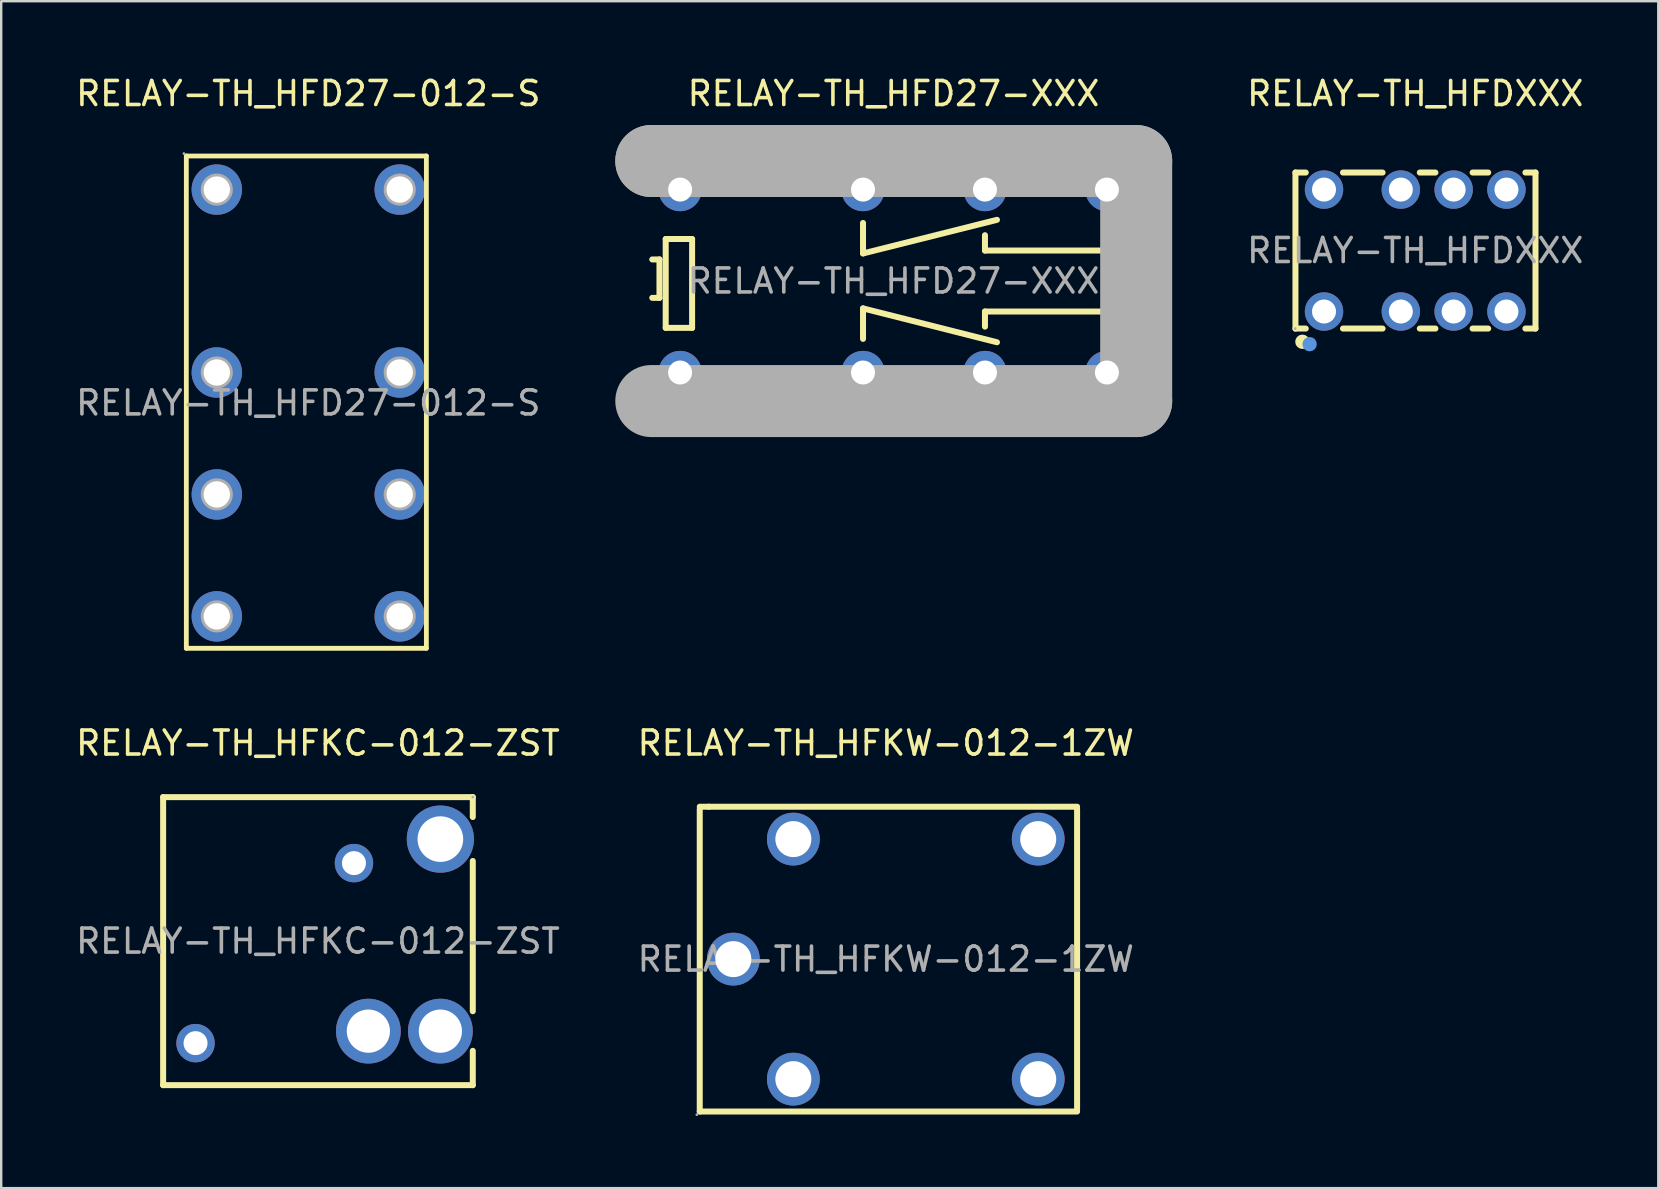
<source format=kicad_pcb>
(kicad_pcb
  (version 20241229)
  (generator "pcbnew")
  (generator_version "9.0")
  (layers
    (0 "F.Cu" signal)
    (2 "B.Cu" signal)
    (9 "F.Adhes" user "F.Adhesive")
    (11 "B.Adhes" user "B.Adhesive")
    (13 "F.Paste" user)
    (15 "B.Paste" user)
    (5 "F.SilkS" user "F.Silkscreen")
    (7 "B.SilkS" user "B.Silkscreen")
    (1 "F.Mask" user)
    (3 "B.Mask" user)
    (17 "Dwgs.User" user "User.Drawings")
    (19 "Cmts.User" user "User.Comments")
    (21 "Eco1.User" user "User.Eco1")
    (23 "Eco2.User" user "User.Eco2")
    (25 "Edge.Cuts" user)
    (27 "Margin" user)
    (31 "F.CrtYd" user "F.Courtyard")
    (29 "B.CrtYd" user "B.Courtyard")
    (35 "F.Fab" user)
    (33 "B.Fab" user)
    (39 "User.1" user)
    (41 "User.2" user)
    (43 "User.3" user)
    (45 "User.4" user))
  (footprint "RELAY-TH_HFKC-012-ZST"
    (layer "F.Cu")
    (at 10.196 36.157)
    (property "Reference" "RELAY-TH_HFKC-012-ZST" (at 0 -8.25 0) (layer "F.SilkS") (effects (font (size 1 1) (thickness 0.15))))
    (attr through_hole)
    (fp_line (start -6.45 -6) (end 6.45 -6) (stroke (width 0.25) (type solid)) (layer "F.SilkS"))
    (fp_line (start -6.45 6) (end -6.45 -6) (stroke (width 0.25) (type solid)) (layer "F.SilkS"))
    (fp_line (start 6.45 -6) (end 6.45 -5.17) (stroke (width 0.25) (type solid)) (layer "F.SilkS"))
    (fp_line (start 6.45 -3.34) (end 6.45 2.92) (stroke (width 0.25) (type solid)) (layer "F.SilkS"))
    (fp_line (start 6.45 4.57) (end 6.45 6) (stroke (width 0.25) (type solid)) (layer "F.SilkS"))
    (fp_line (start 6.45 6) (end -6.45 6) (stroke (width 0.25) (type solid)) (layer "F.SilkS"))
    (fp_circle (center -5.1 4.25) (end -4.98 4.25) (stroke (width 0.25) (type solid)) (fill no) (layer "F.Fab"))
    (fp_circle (center 1.5 -3.25) (end 1.62 -3.25) (stroke (width 0.25) (type solid)) (fill no) (layer "F.Fab"))
    (fp_circle (center 6.45 -6) (end 6.48 -6) (stroke (width 0.06) (type solid)) (fill no) (layer "F.Fab"))
    (fp_text user "${REFERENCE}" (at 0 0 0) (layer "F.Fab") (effects (font (size 1 1) (thickness 0.15))))
    (pad "1" thru_hole circle (at 1.5 -3.25) (size 1.6 1.6) (drill 1) (layers "*.Cu" "*.Paste" "*.Mask"))
    (pad "2" thru_hole circle (at -5.1 4.25) (size 1.6 1.6) (drill 1) (layers "*.Cu" "*.Paste" "*.Mask"))
    (pad "3" thru_hole circle (at 5.1 3.75 270) (size 2.7 2.7) (drill 1.8) (layers "*.Cu" "*.Paste" "*.Mask"))
    (pad "4" thru_hole circle (at 5.1 -4.25 270) (size 2.8 2.8) (drill 1.9) (layers "*.Cu" "*.Paste" "*.Mask"))
    (pad "5" thru_hole circle (at 2.1 3.75 270) (size 2.7 2.7) (drill 1.8) (layers "*.Cu" "*.Paste" "*.Mask")))
  (footprint "RELAY-TH_HFD27-XXX"
    (layer "F.Cu")
    (at 34.173 8.658)
    (property "Reference" "RELAY-TH_HFD27-XXX" (at 0 -7.81 0) (layer "F.SilkS") (effects (font (size 1 1) (thickness 0.15))))
    (attr through_hole)
    (fp_line (start -10.05 -0.9) (end -9.75 -0.9) (stroke (width 0.25) (type solid)) (layer "F.SilkS"))
    (fp_line (start -9.75 -0.9) (end -9.75 0.7) (stroke (width 0.25) (type solid)) (layer "F.SilkS"))
    (fp_line (start -9.75 0.7) (end -10.05 0.7) (stroke (width 0.25) (type solid)) (layer "F.SilkS"))
    (fp_line (start -9.49 -1.75) (end -8.39 -1.75) (stroke (width 0.25) (type solid)) (layer "F.SilkS"))
    (fp_line (start -9.49 1.95) (end -9.49 -1.75) (stroke (width 0.25) (type solid)) (layer "F.SilkS"))
    (fp_line (start -8.39 -1.75) (end -8.39 1.95) (stroke (width 0.25) (type solid)) (layer "F.SilkS"))
    (fp_line (start -8.39 1.95) (end -9.49 1.95) (stroke (width 0.25) (type solid)) (layer "F.SilkS"))
    (fp_line (start -1.27 -2.42) (end -1.27 -1.15) (stroke (width 0.25) (type solid)) (layer "F.SilkS"))
    (fp_line (start -1.27 -1.15) (end 4.31 -2.55) (stroke (width 0.25) (type solid)) (layer "F.SilkS"))
    (fp_line (start -1.27 1.14) (end 4.31 2.55) (stroke (width 0.25) (type solid)) (layer "F.SilkS"))
    (fp_line (start -1.27 2.41) (end -1.27 1.14) (stroke (width 0.25) (type solid)) (layer "F.SilkS"))
    (fp_line (start 3.81 -1.27) (end 3.81 -1.91) (stroke (width 0.25) (type solid)) (layer "F.SilkS"))
    (fp_line (start 3.81 1.27) (end 3.81 1.9) (stroke (width 0.25) (type solid)) (layer "F.SilkS"))
    (fp_line (start 8.89 -2.42) (end 8.89 -1.27) (stroke (width 0.25) (type solid)) (layer "F.SilkS"))
    (fp_line (start 8.89 -1.27) (end 3.81 -1.27) (stroke (width 0.25) (type solid)) (layer "F.SilkS"))
    (fp_line (start 8.89 1.27) (end 3.81 1.27) (stroke (width 0.25) (type solid)) (layer "F.SilkS"))
    (fp_line (start 8.89 2.41) (end 8.89 1.27) (stroke (width 0.25) (type solid)) (layer "F.SilkS"))
    (fp_line (start -10.09 -5) (end -10.09 -5) (stroke (width 3) (type solid)) (layer "F.Fab"))
    (fp_line (start -10.09 -5) (end 10.11 -5) (stroke (width 3) (type solid)) (layer "F.Fab"))
    (fp_line (start 10.11 -5) (end 10.11 5) (stroke (width 3) (type solid)) (layer "F.Fab"))
    (fp_line (start 10.11 5) (end -10.09 5) (stroke (width 3) (type solid)) (layer "F.Fab"))
    (fp_circle (center -10.1 5) (end -10.07 5) (stroke (width 0.06) (type solid)) (fill no) (layer "F.Fab"))
    (fp_text user "${REFERENCE}" (at 0 0 0) (layer "F.Fab") (effects (font (size 1 1) (thickness 0.15))))
    (pad "1" thru_hole circle (at -8.89 3.81) (size 1.8 1.8) (drill 1) (layers "*.Cu" "*.Paste" "*.Mask"))
    (pad "4" thru_hole circle (at -1.27 3.81) (size 1.8 1.8) (drill 1) (layers "*.Cu" "*.Paste" "*.Mask"))
    (pad "6" thru_hole circle (at 3.81 3.81) (size 1.8 1.8) (drill 1) (layers "*.Cu" "*.Paste" "*.Mask"))
    (pad "8" thru_hole circle (at 8.89 3.81) (size 1.8 1.8) (drill 1) (layers "*.Cu" "*.Paste" "*.Mask"))
    (pad "9" thru_hole circle (at 8.89 -3.81) (size 1.8 1.8) (drill 1) (layers "*.Cu" "*.Paste" "*.Mask"))
    (pad "11" thru_hole circle (at 3.81 -3.81) (size 1.8 1.8) (drill 1) (layers "*.Cu" "*.Paste" "*.Mask"))
    (pad "13" thru_hole circle (at -1.27 -3.81) (size 1.8 1.8) (drill 1) (layers "*.Cu" "*.Paste" "*.Mask"))
    (pad "16" thru_hole circle (at -8.89 -3.81) (size 1.8 1.8) (drill 1) (layers "*.Cu" "*.Paste" "*.Mask")))
  (footprint "RELAY-TH_HFKW-012-1ZW"
    (layer "F.Cu")
    (at 33.851 36.907)
    (property "Reference" "RELAY-TH_HFKW-012-1ZW" (at 0 -9 0) (layer "F.SilkS") (effects (font (size 1 1) (thickness 0.15))))
    (attr through_hole)
    (fp_line (start -7.75 -6.25) (end -7.75 6.35) (stroke (width 0.25) (type solid)) (layer "F.SilkS"))
    (fp_line (start -7.75 6.35) (end 7.97 6.35) (stroke (width 0.25) (type solid)) (layer "F.SilkS"))
    (fp_line (start -7.37 -6.35) (end -7.75 -6.35) (stroke (width 0.25) (type solid)) (layer "F.SilkS"))
    (fp_line (start -7.37 -6.35) (end 7.97 -6.35) (stroke (width 0.25) (type solid)) (layer "F.SilkS"))
    (fp_line (start 7.97 -6.25) (end 7.97 6.25) (stroke (width 0.25) (type solid)) (layer "F.SilkS"))
    (fp_circle (center -7.87 6.48) (end -7.84 6.48) (stroke (width 0.06) (type solid)) (fill no) (layer "F.Fab"))
    (fp_circle (center -6.35 0) (end -6.02 0) (stroke (width 0.65) (type solid)) (fill no) (layer "F.Fab"))
    (fp_circle (center -3.85 -5) (end -3.52 -5) (stroke (width 0.65) (type solid)) (fill no) (layer "F.Fab"))
    (fp_circle (center -3.85 5) (end -3.52 5) (stroke (width 0.65) (type solid)) (fill no) (layer "F.Fab"))
    (fp_circle (center 6.35 -5) (end 6.68 -5) (stroke (width 0.65) (type solid)) (fill no) (layer "F.Fab"))
    (fp_circle (center 6.35 5) (end 6.68 5) (stroke (width 0.65) (type solid)) (fill no) (layer "F.Fab"))
    (fp_text user "${REFERENCE}" (at 0 0 0) (layer "F.Fab") (effects (font (size 1 1) (thickness 0.15))))
    (pad "1" thru_hole circle (at -3.85 5) (size 2.2 2.2) (drill 1.5) (layers "*.Cu" "*.Paste" "*.Mask"))
    (pad "2" thru_hole circle (at -3.85 -5) (size 2.2 2.2) (drill 1.5) (layers "*.Cu" "*.Paste" "*.Mask"))
    (pad "3" thru_hole circle (at -6.35 0) (size 2.2 2.2) (drill 1.5) (layers "*.Cu" "*.Paste" "*.Mask"))
    (pad "4" thru_hole circle (at 6.35 -5) (size 2.2 2.2) (drill 1.5) (layers "*.Cu" "*.Paste" "*.Mask"))
    (pad "5" thru_hole circle (at 6.35 5) (size 2.2 2.2) (drill 1.5) (layers "*.Cu" "*.Paste" "*.Mask")))
  (footprint "RELAY-TH_HFDXXX"
    (layer "F.Cu")
    (at 55.908 7.388)
    (property "Reference" "RELAY-TH_HFDXXX" (at 0 -6.54 0) (layer "F.SilkS") (effects (font (size 1 1) (thickness 0.15))))
    (attr through_hole)
    (fp_line (start -4.99 3.25) (end -4.99 -3.25) (stroke (width 0.25) (type solid)) (layer "F.SilkS"))
    (fp_line (start -4.56 -3.25) (end -4.99 -3.25) (stroke (width 0.25) (type solid)) (layer "F.SilkS"))
    (fp_line (start -4.56 3.25) (end -4.99 3.25) (stroke (width 0.25) (type solid)) (layer "F.SilkS"))
    (fp_line (start -1.36 -3.25) (end -3.01 -3.25) (stroke (width 0.25) (type solid)) (layer "F.SilkS"))
    (fp_line (start -1.36 3.25) (end -3.01 3.25) (stroke (width 0.25) (type solid)) (layer "F.SilkS"))
    (fp_line (start 0.84 -3.25) (end 0.19 -3.25) (stroke (width 0.25) (type solid)) (layer "F.SilkS"))
    (fp_line (start 0.84 3.25) (end 0.19 3.25) (stroke (width 0.25) (type solid)) (layer "F.SilkS"))
    (fp_line (start 3.04 -3.25) (end 2.39 -3.25) (stroke (width 0.25) (type solid)) (layer "F.SilkS"))
    (fp_line (start 3.04 3.25) (end 2.39 3.25) (stroke (width 0.25) (type solid)) (layer "F.SilkS"))
    (fp_line (start 5.01 -3.25) (end 4.59 -3.25) (stroke (width 0.25) (type solid)) (layer "F.SilkS"))
    (fp_line (start 5.01 -3.25) (end 5.01 3.25) (stroke (width 0.25) (type solid)) (layer "F.SilkS"))
    (fp_line (start 5.01 3.25) (end 4.59 3.25) (stroke (width 0.25) (type solid)) (layer "F.SilkS"))
    (fp_circle (center -4.7 3.8) (end -4.55 3.8) (stroke (width 0.3) (type solid)) (fill no) (layer "F.SilkS"))
    (fp_circle (center -4.4 3.9) (end -4.25 3.9) (stroke (width 0.3) (type solid)) (fill no) (layer "Cmts.User"))
    (fp_circle (center -5 3.25) (end -4.97 3.25) (stroke (width 0.06) (type solid)) (fill no) (layer "F.Fab"))
    (fp_text user "${REFERENCE}" (at 0 0 0) (layer "F.Fab") (effects (font (size 1 1) (thickness 0.15))))
    (pad "1" thru_hole circle (at -3.8 2.54) (size 1.6 1.6) (drill 1) (layers "*.Cu" "*.Paste" "*.Mask"))
    (pad "2" thru_hole circle (at -0.6 2.54) (size 1.6 1.6) (drill 1) (layers "*.Cu" "*.Paste" "*.Mask"))
    (pad "3" thru_hole circle (at 1.6 2.54) (size 1.6 1.6) (drill 1) (layers "*.Cu" "*.Paste" "*.Mask"))
    (pad "4" thru_hole circle (at 3.8 2.54) (size 1.6 1.6) (drill 1) (layers "*.Cu" "*.Paste" "*.Mask"))
    (pad "5" thru_hole circle (at 3.8 -2.54) (size 1.6 1.6) (drill 1) (layers "*.Cu" "*.Paste" "*.Mask"))
    (pad "6" thru_hole circle (at 1.6 -2.54) (size 1.6 1.6) (drill 1) (layers "*.Cu" "*.Paste" "*.Mask"))
    (pad "7" thru_hole circle (at -0.6 -2.54) (size 1.6 1.6) (drill 1) (layers "*.Cu" "*.Paste" "*.Mask"))
    (pad "8" thru_hole circle (at -3.8 -2.54) (size 1.6 1.6) (drill 1) (layers "*.Cu" "*.Paste" "*.Mask")))
  (footprint "RELAY-TH_HFD27-012-S"
    (layer "F.Cu")
    (at 9.792 13.738)
    (property "Reference" "RELAY-TH_HFD27-012-S" (at 0 -12.89 0) (layer "F.SilkS") (effects (font (size 1 1) (thickness 0.15))))
    (attr through_hole)
    (fp_line (start -5.08 -10.29) (end -5.08 10.22) (stroke (width 0.2) (type solid)) (layer "F.SilkS"))
    (fp_line (start -5.08 10.22) (end 4.92 10.22) (stroke (width 0.2) (type solid)) (layer "F.SilkS"))
    (fp_line (start 4.92 -10.29) (end -5.08 -10.29) (stroke (width 0.2) (type solid)) (layer "F.SilkS"))
    (fp_line (start 4.92 10.22) (end 4.92 -10.29) (stroke (width 0.2) (type solid)) (layer "F.SilkS"))
    (fp_circle (center -5.18 -10.39) (end -5.15 -10.39) (stroke (width 0.06) (type solid)) (fill no) (layer "F.Fab"))
    (fp_circle (center -3.81 -8.89) (end -3.59 -8.89) (stroke (width 0.45) (type solid)) (fill no) (layer "F.Fab"))
    (fp_circle (center -3.81 -1.27) (end -3.59 -1.27) (stroke (width 0.45) (type solid)) (fill no) (layer "F.Fab"))
    (fp_circle (center -3.81 3.81) (end -3.59 3.81) (stroke (width 0.45) (type solid)) (fill no) (layer "F.Fab"))
    (fp_circle (center -3.81 8.89) (end -3.59 8.89) (stroke (width 0.45) (type solid)) (fill no) (layer "F.Fab"))
    (fp_circle (center 3.81 -8.89) (end 4.03 -8.89) (stroke (width 0.45) (type solid)) (fill no) (layer "F.Fab"))
    (fp_circle (center 3.81 -1.27) (end 4.03 -1.27) (stroke (width 0.45) (type solid)) (fill no) (layer "F.Fab"))
    (fp_circle (center 3.81 3.81) (end 4.03 3.81) (stroke (width 0.45) (type solid)) (fill no) (layer "F.Fab"))
    (fp_circle (center 3.81 8.89) (end 4.03 8.89) (stroke (width 0.45) (type solid)) (fill no) (layer "F.Fab"))
    (fp_text user "${REFERENCE}" (at 0 0 0) (layer "F.Fab") (effects (font (size 1 1) (thickness 0.15))))
    (pad "1" thru_hole circle (at -3.81 -8.89 270) (size 2.1 2.1) (drill 1.1) (layers "*.Cu" "*.Paste" "*.Mask"))
    (pad "4" thru_hole circle (at -3.81 -1.27 270) (size 2.1 2.1) (drill 1.1) (layers "*.Cu" "*.Paste" "*.Mask"))
    (pad "6" thru_hole circle (at -3.81 3.81 270) (size 2.1 2.1) (drill 1.1) (layers "*.Cu" "*.Paste" "*.Mask"))
    (pad "8" thru_hole circle (at -3.81 8.89 270) (size 2.1 2.1) (drill 1.1) (layers "*.Cu" "*.Paste" "*.Mask"))
    (pad "9" thru_hole circle (at 3.81 8.89 270) (size 2.1 2.1) (drill 1.1) (layers "*.Cu" "*.Paste" "*.Mask"))
    (pad "11" thru_hole circle (at 3.81 3.81 270) (size 2.1 2.1) (drill 1.1) (layers "*.Cu" "*.Paste" "*.Mask"))
    (pad "13" thru_hole circle (at 3.81 -1.27 270) (size 2.1 2.1) (drill 1.1) (layers "*.Cu" "*.Paste" "*.Mask"))
    (pad "16" thru_hole circle (at 3.81 -8.89 270) (size 2.1 2.1) (drill 1.1) (layers "*.Cu" "*.Paste" "*.Mask")))
  (gr_rect
    (start -3 -3)
    (end 66.033 46.447)
    (stroke (width 0.1) (type default))
    (fill no)
    (layer "Edge.Cuts")))
</source>
